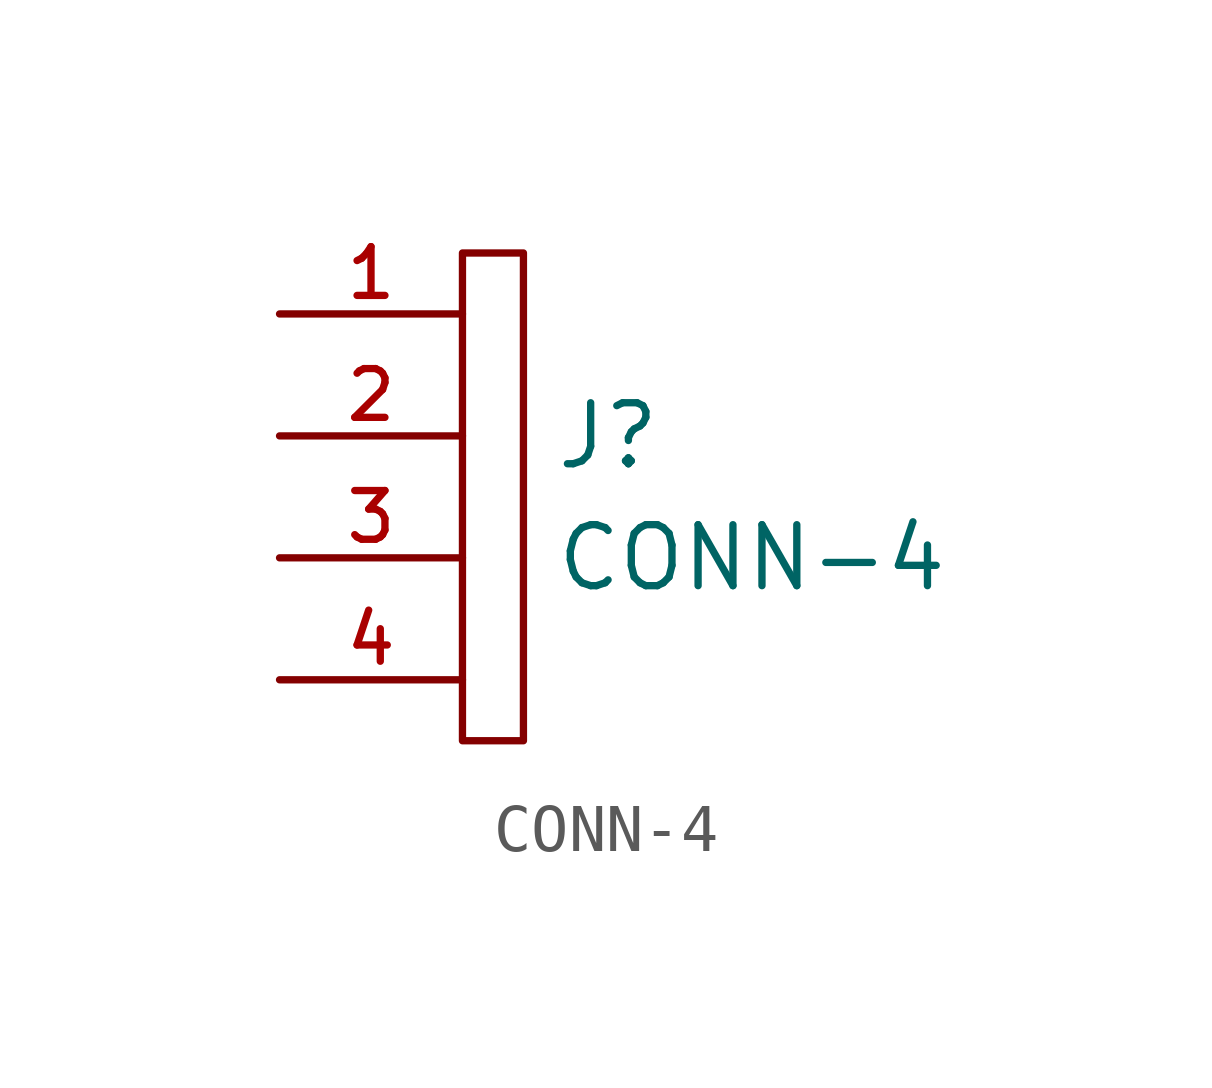
<source format=kicad_sym>
(kicad_symbol_lib
  (version 20211014)
  (generator kicad_symbol_editor)
  (symbol "CONN-4"
    (pin_names
      (offset 1.016))
    (property "Reference" "J"
      (at 5.715 1.27 0)
      (effects (font (size 1.27 1.27)) (justify left)))
    (property "Value" "CONN-4"
      (at 5.715 -1.27 0)
      (effects (font (size 1.27 1.27)) (justify left)))
    (symbol "CONN-4_0_1"
      (rectangle (start 3.81 5.08) (end 5.08 -5.08) (stroke (width 0) (type default) (color 0 0 0 0)) (fill (type none))))
    (symbol "CONN-4_1_1"
      (pin passive line (at 0 3.81 0) (length 3.81) (name "~" (effects (font (size 1.27 1.27)))) (number "1" (effects (font (size 1.016 1.016)))))
      (pin passive line (at 0 1.27 0) (length 3.81) (name "~" (effects (font (size 1.27 1.27)))) (number "2" (effects (font (size 1.016 1.016)))))
      (pin passive line (at 0 -1.27 0) (length 3.81) (name "~" (effects (font (size 1.27 1.27)))) (number "3" (effects (font (size 1.016 1.016)))))
      (pin passive line (at 0 -3.81 0) (length 3.81) (name "~" (effects (font (size 1.27 1.27)))) (number "4" (effects (font (size 1.016 1.016))))))))
</source>
